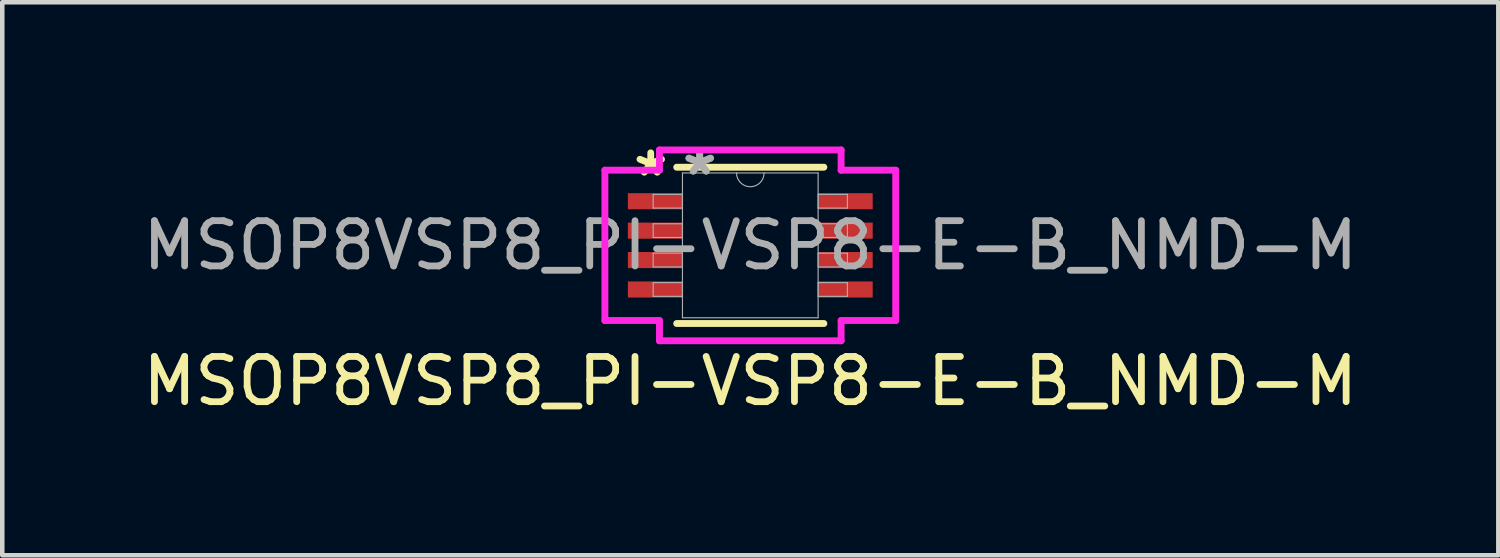
<source format=kicad_pcb>
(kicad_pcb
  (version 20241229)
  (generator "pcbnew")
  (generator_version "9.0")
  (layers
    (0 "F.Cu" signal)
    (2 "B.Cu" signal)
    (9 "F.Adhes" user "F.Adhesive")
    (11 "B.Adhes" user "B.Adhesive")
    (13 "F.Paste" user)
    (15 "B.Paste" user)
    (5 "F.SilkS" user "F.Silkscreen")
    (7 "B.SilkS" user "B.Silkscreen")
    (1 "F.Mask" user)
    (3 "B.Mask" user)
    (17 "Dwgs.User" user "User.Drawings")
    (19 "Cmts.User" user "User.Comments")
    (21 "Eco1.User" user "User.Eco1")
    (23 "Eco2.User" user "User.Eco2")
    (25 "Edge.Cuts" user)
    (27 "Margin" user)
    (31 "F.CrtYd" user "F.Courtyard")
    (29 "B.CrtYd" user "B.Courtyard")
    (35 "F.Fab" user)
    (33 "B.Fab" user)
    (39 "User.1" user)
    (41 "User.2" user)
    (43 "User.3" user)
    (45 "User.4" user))
  (footprint "MSOP8VSP8_PI-VSP8-E-B_NMD-M"
    (layer "F.Cu")
    (at 13.53 2.372)
    (property "Reference" "MSOP8VSP8_PI-VSP8-E-B_NMD-M" (at 0 3 0) (unlocked yes) (layer "F.SilkS") (effects (font (size 1 1) (thickness 0.15))))
    (attr smd allow_soldermask_bridges)
    (fp_line (start -1.626 1.727) (end 1.626 1.727) (stroke (width 0.152) (type solid)) (layer "F.SilkS"))
    (fp_line (start 1.626 -1.727) (end -1.626 -1.727) (stroke (width 0.152) (type solid)) (layer "F.SilkS"))
    (fp_line (start -3.213 -1.661) (end -2.007 -1.661) (stroke (width 0.152) (type solid)) (layer "F.CrtYd"))
    (fp_line (start -3.213 1.661) (end -3.213 -1.661) (stroke (width 0.152) (type solid)) (layer "F.CrtYd"))
    (fp_line (start -3.213 1.661) (end -2.007 1.661) (stroke (width 0.152) (type solid)) (layer "F.CrtYd"))
    (fp_line (start -2.007 -2.108) (end 2.007 -2.108) (stroke (width 0.152) (type solid)) (layer "F.CrtYd"))
    (fp_line (start -2.007 -1.661) (end -2.007 -2.108) (stroke (width 0.152) (type solid)) (layer "F.CrtYd"))
    (fp_line (start -2.007 2.108) (end -2.007 1.661) (stroke (width 0.152) (type solid)) (layer "F.CrtYd"))
    (fp_line (start 2.007 -2.108) (end 2.007 -1.661) (stroke (width 0.152) (type solid)) (layer "F.CrtYd"))
    (fp_line (start 2.007 1.661) (end 2.007 2.108) (stroke (width 0.152) (type solid)) (layer "F.CrtYd"))
    (fp_line (start 2.007 2.108) (end -2.007 2.108) (stroke (width 0.152) (type solid)) (layer "F.CrtYd"))
    (fp_line (start 3.213 -1.661) (end 2.007 -1.661) (stroke (width 0.152) (type solid)) (layer "F.CrtYd"))
    (fp_line (start 3.213 -1.661) (end 3.213 1.661) (stroke (width 0.152) (type solid)) (layer "F.CrtYd"))
    (fp_line (start 3.213 1.661) (end 2.007 1.661) (stroke (width 0.152) (type solid)) (layer "F.CrtYd"))
    (fp_line (start -2.146 -1.127) (end -2.146 -0.823) (stroke (width 0.025) (type solid)) (layer "F.Fab"))
    (fp_line (start -2.146 -0.823) (end -1.499 -0.823) (stroke (width 0.025) (type solid)) (layer "F.Fab"))
    (fp_line (start -2.146 -0.477) (end -2.146 -0.173) (stroke (width 0.025) (type solid)) (layer "F.Fab"))
    (fp_line (start -2.146 -0.173) (end -1.499 -0.173) (stroke (width 0.025) (type solid)) (layer "F.Fab"))
    (fp_line (start -2.146 0.173) (end -2.146 0.477) (stroke (width 0.025) (type solid)) (layer "F.Fab"))
    (fp_line (start -2.146 0.477) (end -1.499 0.477) (stroke (width 0.025) (type solid)) (layer "F.Fab"))
    (fp_line (start -2.146 0.823) (end -2.146 1.127) (stroke (width 0.025) (type solid)) (layer "F.Fab"))
    (fp_line (start -2.146 1.127) (end -1.499 1.127) (stroke (width 0.025) (type solid)) (layer "F.Fab"))
    (fp_line (start -1.499 -1.6) (end -1.499 1.6) (stroke (width 0.025) (type solid)) (layer "F.Fab"))
    (fp_line (start -1.499 -1.127) (end -2.146 -1.127) (stroke (width 0.025) (type solid)) (layer "F.Fab"))
    (fp_line (start -1.499 -0.823) (end -1.499 -1.127) (stroke (width 0.025) (type solid)) (layer "F.Fab"))
    (fp_line (start -1.499 -0.477) (end -2.146 -0.477) (stroke (width 0.025) (type solid)) (layer "F.Fab"))
    (fp_line (start -1.499 -0.173) (end -1.499 -0.477) (stroke (width 0.025) (type solid)) (layer "F.Fab"))
    (fp_line (start -1.499 0.173) (end -2.146 0.173) (stroke (width 0.025) (type solid)) (layer "F.Fab"))
    (fp_line (start -1.499 0.477) (end -1.499 0.173) (stroke (width 0.025) (type solid)) (layer "F.Fab"))
    (fp_line (start -1.499 0.823) (end -2.146 0.823) (stroke (width 0.025) (type solid)) (layer "F.Fab"))
    (fp_line (start -1.499 1.127) (end -1.499 0.823) (stroke (width 0.025) (type solid)) (layer "F.Fab"))
    (fp_line (start -1.499 1.6) (end 1.499 1.6) (stroke (width 0.025) (type solid)) (layer "F.Fab"))
    (fp_line (start 1.499 -1.6) (end -1.499 -1.6) (stroke (width 0.025) (type solid)) (layer "F.Fab"))
    (fp_line (start 1.499 -1.127) (end 1.499 -0.823) (stroke (width 0.025) (type solid)) (layer "F.Fab"))
    (fp_line (start 1.499 -0.823) (end 2.146 -0.823) (stroke (width 0.025) (type solid)) (layer "F.Fab"))
    (fp_line (start 1.499 -0.477) (end 1.499 -0.173) (stroke (width 0.025) (type solid)) (layer "F.Fab"))
    (fp_line (start 1.499 -0.173) (end 2.146 -0.173) (stroke (width 0.025) (type solid)) (layer "F.Fab"))
    (fp_line (start 1.499 0.173) (end 1.499 0.477) (stroke (width 0.025) (type solid)) (layer "F.Fab"))
    (fp_line (start 1.499 0.477) (end 2.146 0.477) (stroke (width 0.025) (type solid)) (layer "F.Fab"))
    (fp_line (start 1.499 0.823) (end 1.499 1.127) (stroke (width 0.025) (type solid)) (layer "F.Fab"))
    (fp_line (start 1.499 1.127) (end 2.146 1.127) (stroke (width 0.025) (type solid)) (layer "F.Fab"))
    (fp_line (start 1.499 1.6) (end 1.499 -1.6) (stroke (width 0.025) (type solid)) (layer "F.Fab"))
    (fp_line (start 2.146 -1.127) (end 1.499 -1.127) (stroke (width 0.025) (type solid)) (layer "F.Fab"))
    (fp_line (start 2.146 -0.823) (end 2.146 -1.127) (stroke (width 0.025) (type solid)) (layer "F.Fab"))
    (fp_line (start 2.146 -0.477) (end 1.499 -0.477) (stroke (width 0.025) (type solid)) (layer "F.Fab"))
    (fp_line (start 2.146 -0.173) (end 2.146 -0.477) (stroke (width 0.025) (type solid)) (layer "F.Fab"))
    (fp_line (start 2.146 0.173) (end 1.499 0.173) (stroke (width 0.025) (type solid)) (layer "F.Fab"))
    (fp_line (start 2.146 0.477) (end 2.146 0.173) (stroke (width 0.025) (type solid)) (layer "F.Fab"))
    (fp_line (start 2.146 0.823) (end 1.499 0.823) (stroke (width 0.025) (type solid)) (layer "F.Fab"))
    (fp_line (start 2.146 1.127) (end 2.146 0.823) (stroke (width 0.025) (type solid)) (layer "F.Fab"))
    (fp_arc (start 0.3048 -1.6002) (mid 0 -1.2954) (end -0.3048 -1.6002) (stroke (width 0.0254) (type solid)) (layer "F.Fab"))
    (fp_text user "*" (at -2.2 -1.5 0) (layer "F.SilkS") (effects (font (size 1 1) (thickness 0.15))))
    (fp_text user "*" (at -1.118 -1.524 0) (unlocked yes) (layer "F.Fab") (effects (font (size 1 1) (thickness 0.15))))
    (fp_text user "*" (at -1.118 -1.524 0) (layer "F.Fab") (effects (font (size 1 1) (thickness 0.15))))
    (fp_text user "${REFERENCE}" (at 0 0 0) (unlocked yes) (layer "F.Fab") (effects (font (size 1 1) (thickness 0.15))))
    (pad "1" smd rect (at -2.102 -0.975) (size 1.206 0.356) (layers "F.Cu" "F.Mask" "F.Paste"))
    (pad "2" smd rect (at -2.102 -0.325) (size 1.206 0.356) (layers "F.Cu" "F.Mask" "F.Paste"))
    (pad "3" smd rect (at -2.102 0.325) (size 1.206 0.356) (layers "F.Cu" "F.Mask" "F.Paste"))
    (pad "4" smd rect (at -2.102 0.975) (size 1.206 0.356) (layers "F.Cu" "F.Mask" "F.Paste"))
    (pad "5" smd rect (at 2.102 0.975) (size 1.206 0.356) (layers "F.Cu" "F.Mask" "F.Paste"))
    (pad "6" smd rect (at 2.102 0.325) (size 1.206 0.356) (layers "F.Cu" "F.Mask" "F.Paste"))
    (pad "7" smd rect (at 2.102 -0.325) (size 1.206 0.356) (layers "F.Cu" "F.Mask" "F.Paste"))
    (pad "8" smd rect (at 2.102 -0.975) (size 1.206 0.356) (layers "F.Cu" "F.Mask" "F.Paste")))
  (gr_rect
    (start -3 -3)
    (end 30.06 9.22)
    (stroke (width 0.1) (type default))
    (fill no)
    (layer "Edge.Cuts")))
</source>
